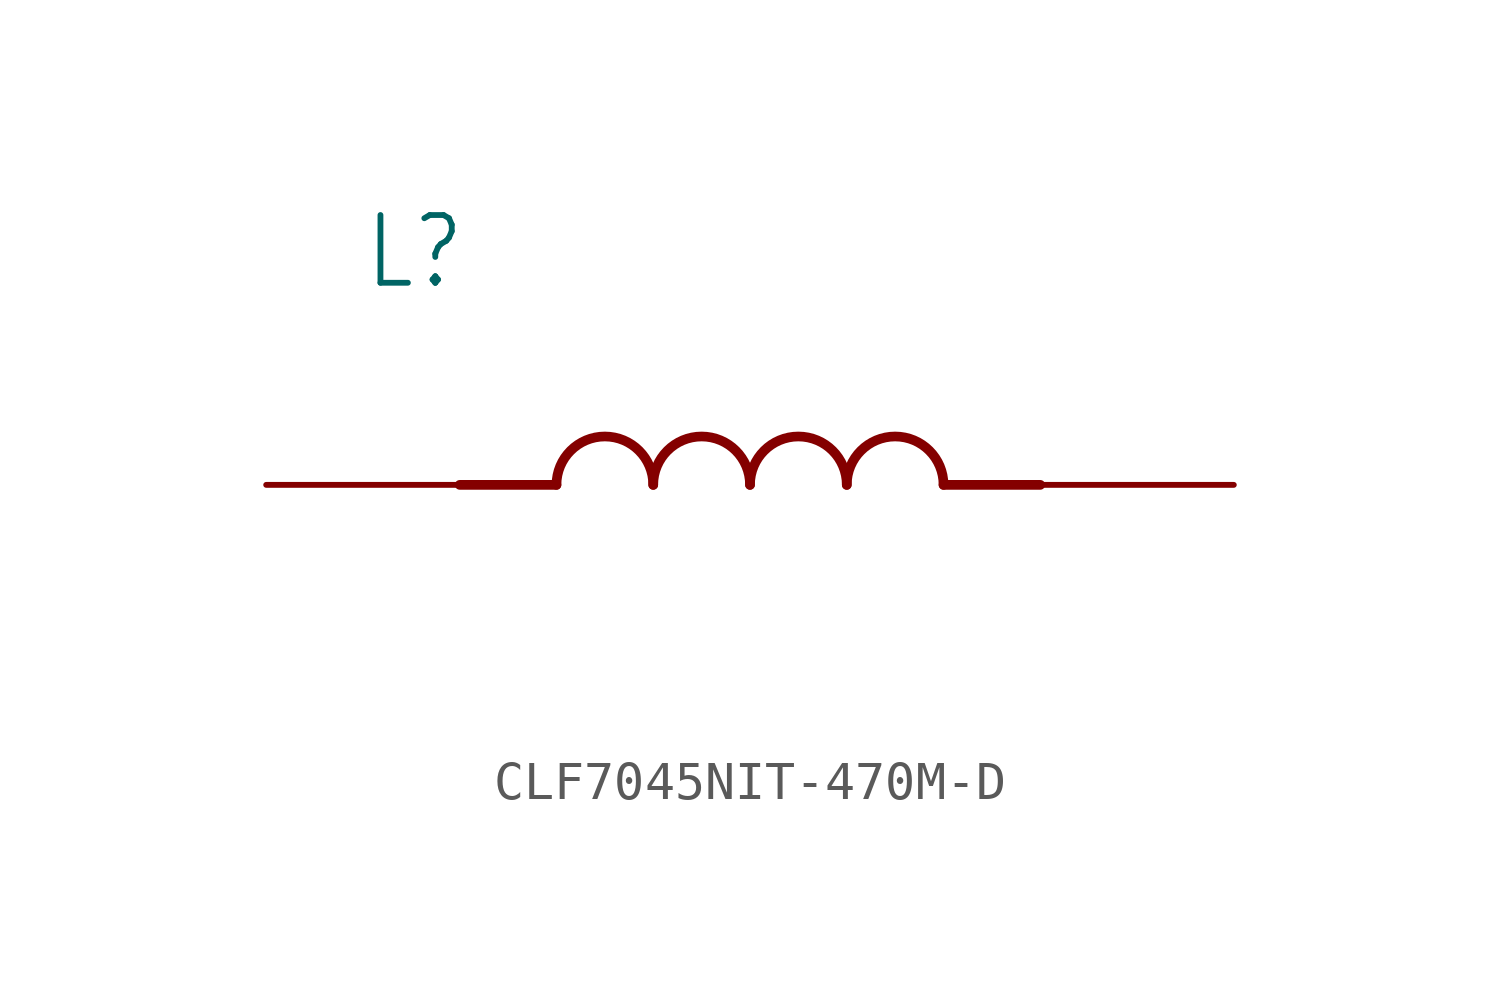
<source format=kicad_sym>
(kicad_symbol_lib
  (version 20231120)
  (generator "kicad_symbol_editor")
  (generator_version "8.0")
  (symbol "CLF7045NIT-470M-D"
    (property "Reference" "L"
      (at -10.16 5.08 0)
      (effects (font (size 1.778 1.511)) (justify left bottom)))
    (property "Value" ""
      (at -10.16 -5.08 0)
      (effects (font (size 1.778 1.511)) (justify left top)))
    (property "ki_locked" ""
      (at 0 0 0)
      (effects (font (size 1.27 1.27))))
    (symbol "CLF7045NIT-470M-D_1_0"
      (arc (start -2.54 0) (mid -3.81 1.27) (end -5.08 0) (stroke (width 0.254) (type solid)) (fill (type none)))
      (arc (start 0 0) (mid -1.27 1.27) (end -2.54 0) (stroke (width 0.254) (type solid)) (fill (type none)))
      (polyline (pts (xy -5.08 0) (xy -7.62 0)) (stroke (width 0.254) (type solid)) (fill (type none)))
      (polyline (pts (xy 5.08 0) (xy 7.62 0)) (stroke (width 0.254) (type solid)) (fill (type none)))
      (arc (start 2.54 0) (mid 1.27 1.27) (end 0 0) (stroke (width 0.254) (type solid)) (fill (type none)))
      (arc (start 5.08 0) (mid 3.81 1.27) (end 2.54 0) (stroke (width 0.254) (type solid)) (fill (type none)))
      (pin passive line (at -12.7 0 0) (length 5.08) (name "1" (effects (font (size 0 0)))) (number "1" (effects (font (size 0 0)))))
      (pin passive line (at 12.7 0 180) (length 5.08) (name "2" (effects (font (size 0 0)))) (number "2" (effects (font (size 0 0))))))))
</source>
